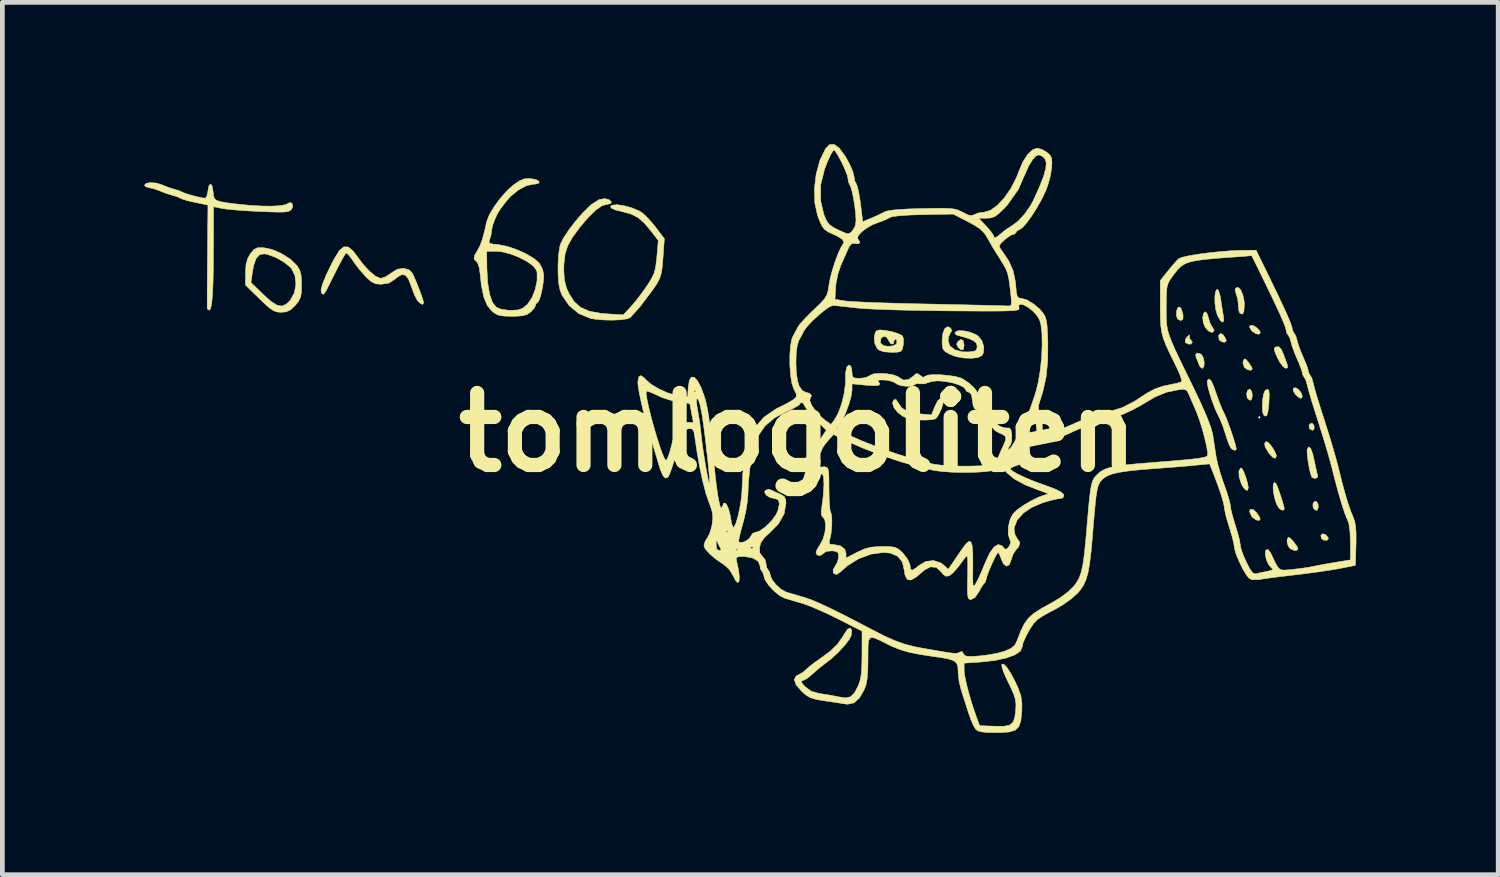
<source format=kicad_pcb>
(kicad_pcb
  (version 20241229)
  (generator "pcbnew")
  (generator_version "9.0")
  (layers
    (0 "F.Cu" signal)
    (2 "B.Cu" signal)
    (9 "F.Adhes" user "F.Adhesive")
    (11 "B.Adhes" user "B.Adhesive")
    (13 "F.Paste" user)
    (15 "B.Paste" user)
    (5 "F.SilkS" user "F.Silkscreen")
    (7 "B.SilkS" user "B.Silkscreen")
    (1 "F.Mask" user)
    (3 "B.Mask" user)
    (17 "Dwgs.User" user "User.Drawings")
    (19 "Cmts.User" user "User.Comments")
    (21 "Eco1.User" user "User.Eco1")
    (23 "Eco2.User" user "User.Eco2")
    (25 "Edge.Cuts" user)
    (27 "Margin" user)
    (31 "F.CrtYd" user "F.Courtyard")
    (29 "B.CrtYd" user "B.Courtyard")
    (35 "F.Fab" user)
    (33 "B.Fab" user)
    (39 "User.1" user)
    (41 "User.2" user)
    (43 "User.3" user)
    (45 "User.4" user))
  (footprint "tomlogoliten"
    (layer "F.Cu")
    (at 13.827 6.095)
    (property "Reference" "tomlogoliten" (at 0 0 0) (layer "F.SilkS") (effects (font (size 1.524 1.524) (thickness 0.3))))
    (attr through_hole)
    (fp_poly (pts (xy 9.779 -0.318) (xy 9.758 -0.296) (xy 9.737 -0.318) (xy 9.758 -0.339) (xy 9.779 -0.318)) (stroke (width 0.01) (type solid)) (fill yes) (layer "F.SilkS"))
    (fp_poly (pts (xy 3.497 -1.935) (xy 3.514 -1.839) (xy 3.496 -1.753) (xy 3.447 -1.745) (xy 3.387 -1.799) (xy 3.355 -1.867) (xy 3.386 -1.926) (xy 3.451 -1.969) (xy 3.497 -1.935)) (stroke (width 0.01) (type solid)) (fill yes) (layer "F.SilkS"))
    (fp_poly (pts (xy 10.883 -0.189) (xy 10.917 -0.136) (xy 10.916 -0.073) (xy 10.882 -0.042) (xy 10.825 -0.073) (xy 10.816 -0.085) (xy 10.808 -0.147) (xy 10.841 -0.191) (xy 10.883 -0.189)) (stroke (width 0.01) (type solid)) (fill yes) (layer "F.SilkS"))
    (fp_poly (pts (xy 10.967 1.462) (xy 11 1.516) (xy 11.004 1.591) (xy 10.98 1.645) (xy 10.963 1.651) (xy 10.911 1.617) (xy 10.896 1.59) (xy 10.89 1.513) (xy 10.922 1.461) (xy 10.967 1.462)) (stroke (width 0.01) (type solid)) (fill yes) (layer "F.SilkS"))
    (fp_poly (pts (xy 11.159 2.162) (xy 11.21 2.222) (xy 11.218 2.249) (xy 11.187 2.282) (xy 11.124 2.28) (xy 11.071 2.244) (xy 11.07 2.244) (xy 11.059 2.175) (xy 11.1 2.142) (xy 11.159 2.162)) (stroke (width 0.01) (type solid)) (fill yes) (layer "F.SilkS"))
    (fp_poly (pts (xy 8.985 -2.071) (xy 9.002 -2.051) (xy 9.048 -1.976) (xy 9.059 -1.939) (xy 9.03 -1.907) (xy 8.969 -1.913) (xy 8.915 -1.95) (xy 8.906 -1.966) (xy 8.897 -2.05) (xy 8.93 -2.091) (xy 8.985 -2.071)) (stroke (width 0.01) (type solid)) (fill yes) (layer "F.SilkS"))
    (fp_poly (pts (xy 9.567 -0.91) (xy 9.599 -0.856) (xy 9.609 -0.773) (xy 9.595 -0.701) (xy 9.566 -0.677) (xy 9.514 -0.711) (xy 9.498 -0.741) (xy 9.489 -0.823) (xy 9.511 -0.891) (xy 9.554 -0.916) (xy 9.567 -0.91)) (stroke (width 0.01) (type solid)) (fill yes) (layer "F.SilkS"))
    (fp_poly (pts (xy 9.627 -2.26) (xy 9.705 -2.213) (xy 9.765 -2.149) (xy 9.779 -2.11) (xy 9.751 -2.075) (xy 9.684 -2.087) (xy 9.607 -2.14) (xy 9.592 -2.155) (xy 9.548 -2.227) (xy 9.567 -2.265) (xy 9.627 -2.26)) (stroke (width 0.01) (type solid)) (fill yes) (layer "F.SilkS"))
    (fp_poly (pts (xy 10.588 -0.906) (xy 10.647 -0.83) (xy 10.668 -0.759) (xy 10.643 -0.721) (xy 10.632 -0.72) (xy 10.58 -0.748) (xy 10.522 -0.802) (xy 10.473 -0.883) (xy 10.48 -0.937) (xy 10.53 -0.944) (xy 10.588 -0.906)) (stroke (width 0.01) (type solid)) (fill yes) (layer "F.SilkS"))
    (fp_poly (pts (xy 8.111 -2.604) (xy 8.144 -2.488) (xy 8.144 -2.487) (xy 8.143 -2.397) (xy 8.098 -2.363) (xy 8.029 -2.399) (xy 8.004 -2.467) (xy 8.005 -2.561) (xy 8.03 -2.634) (xy 8.04 -2.644) (xy 8.08 -2.651) (xy 8.111 -2.604)) (stroke (width 0.01) (type solid)) (fill yes) (layer "F.SilkS"))
    (fp_poly (pts (xy 9.628 1.631) (xy 9.696 1.693) (xy 9.753 1.777) (xy 9.778 1.83) (xy 9.778 1.831) (xy 9.752 1.864) (xy 9.69 1.852) (xy 9.62 1.802) (xy 9.591 1.769) (xy 9.55 1.675) (xy 9.569 1.624) (xy 9.628 1.631)) (stroke (width 0.01) (type solid)) (fill yes) (layer "F.SilkS"))
    (fp_poly (pts (xy 10.418 2.241) (xy 10.478 2.309) (xy 10.556 2.414) (xy 10.576 2.473) (xy 10.537 2.496) (xy 10.5 2.498) (xy 10.416 2.463) (xy 10.37 2.41) (xy 10.343 2.312) (xy 10.349 2.253) (xy 10.375 2.218) (xy 10.418 2.241)) (stroke (width 0.01) (type solid)) (fill yes) (layer "F.SilkS"))
    (fp_poly (pts (xy 8.281 -2.046) (xy 8.282 -1.984) (xy 8.297 -1.969) (xy 8.338 -1.915) (xy 8.34 -1.903) (xy 8.309 -1.867) (xy 8.245 -1.869) (xy 8.19 -1.907) (xy 8.189 -1.909) (xy 8.194 -1.97) (xy 8.235 -2.025) (xy 8.28 -2.061) (xy 8.281 -2.046)) (stroke (width 0.01) (type solid)) (fill yes) (layer "F.SilkS"))
    (fp_poly (pts (xy 9.478 -1.54) (xy 9.527 -1.481) (xy 9.584 -1.398) (xy 9.609 -1.345) (xy 9.609 -1.344) (xy 9.581 -1.313) (xy 9.516 -1.323) (xy 9.449 -1.366) (xy 9.441 -1.375) (xy 9.41 -1.464) (xy 9.417 -1.513) (xy 9.443 -1.556) (xy 9.478 -1.54)) (stroke (width 0.01) (type solid)) (fill yes) (layer "F.SilkS"))
    (fp_poly (pts (xy 9.944 0.21) (xy 10.004 0.278) (xy 10.065 0.369) (xy 10.108 0.458) (xy 10.118 0.502) (xy 10.097 0.548) (xy 10.042 0.528) (xy 9.966 0.448) (xy 9.951 0.427) (xy 9.88 0.308) (xy 9.87 0.231) (xy 9.902 0.193) (xy 9.944 0.21)) (stroke (width 0.01) (type solid)) (fill yes) (layer "F.SilkS"))
    (fp_poly (pts (xy 8.528 -1.653) (xy 8.532 -1.649) (xy 8.572 -1.583) (xy 8.591 -1.49) (xy 8.588 -1.403) (xy 8.559 -1.356) (xy 8.55 -1.355) (xy 8.502 -1.389) (xy 8.483 -1.429) (xy 8.443 -1.533) (xy 8.422 -1.575) (xy 8.41 -1.65) (xy 8.453 -1.681) (xy 8.528 -1.653)) (stroke (width 0.01) (type solid)) (fill yes) (layer "F.SilkS"))
    (fp_poly (pts (xy 9.402 0.781) (xy 9.442 0.867) (xy 9.483 0.981) (xy 9.513 1.095) (xy 9.524 1.175) (xy 9.507 1.227) (xy 9.464 1.215) (xy 9.409 1.148) (xy 9.372 1.075) (xy 9.33 0.936) (xy 9.325 0.823) (xy 9.357 0.757) (xy 9.372 0.75) (xy 9.402 0.781)) (stroke (width 0.01) (type solid)) (fill yes) (layer "F.SilkS"))
    (fp_poly (pts (xy 10.224 -1.754) (xy 10.277 -1.63) (xy 10.318 -1.514) (xy 10.351 -1.429) (xy 10.355 -1.368) (xy 10.314 -1.355) (xy 10.259 -1.391) (xy 10.189 -1.487) (xy 10.145 -1.569) (xy 10.089 -1.695) (xy 10.072 -1.766) (xy 10.09 -1.801) (xy 10.104 -1.808) (xy 10.17 -1.811) (xy 10.224 -1.754)) (stroke (width 0.01) (type solid)) (fill yes) (layer "F.SilkS"))
    (fp_poly (pts (xy 8.648 -2.522) (xy 8.679 -2.436) (xy 8.683 -2.42) (xy 8.716 -2.309) (xy 8.756 -2.233) (xy 8.758 -2.231) (xy 8.803 -2.161) (xy 8.776 -2.121) (xy 8.743 -2.117) (xy 8.676 -2.149) (xy 8.613 -2.22) (xy 8.572 -2.32) (xy 8.56 -2.43) (xy 8.578 -2.518) (xy 8.613 -2.552) (xy 8.648 -2.522)) (stroke (width 0.01) (type solid)) (fill yes) (layer "F.SilkS"))
    (fp_poly (pts (xy 9.959 -0.889) (xy 9.968 -0.801) (xy 9.961 -0.642) (xy 9.959 -0.603) (xy 9.941 -0.444) (xy 9.918 -0.36) (xy 9.884 -0.342) (xy 9.85 -0.367) (xy 9.826 -0.435) (xy 9.819 -0.553) (xy 9.827 -0.689) (xy 9.847 -0.81) (xy 9.877 -0.882) (xy 9.881 -0.886) (xy 9.931 -0.914) (xy 9.959 -0.889)) (stroke (width 0.01) (type solid)) (fill yes) (layer "F.SilkS"))
    (fp_poly (pts (xy 9.366 -3.009) (xy 9.41 -2.905) (xy 9.437 -2.772) (xy 9.44 -2.7) (xy 9.431 -2.56) (xy 9.401 -2.5) (xy 9.35 -2.518) (xy 9.342 -2.526) (xy 9.322 -2.584) (xy 9.313 -2.687) (xy 9.313 -2.698) (xy 9.3 -2.825) (xy 9.267 -2.928) (xy 9.244 -3.021) (xy 9.262 -3.056) (xy 9.314 -3.066) (xy 9.366 -3.009)) (stroke (width 0.01) (type solid)) (fill yes) (layer "F.SilkS"))
    (fp_poly (pts (xy 10.106 1.075) (xy 10.131 1.126) (xy 10.171 1.231) (xy 10.215 1.361) (xy 10.255 1.489) (xy 10.281 1.587) (xy 10.286 1.619) (xy 10.261 1.65) (xy 10.205 1.631) (xy 10.17 1.598) (xy 10.122 1.515) (xy 10.085 1.403) (xy 10.059 1.282) (xy 10.048 1.171) (xy 10.053 1.091) (xy 10.078 1.059) (xy 10.106 1.075)) (stroke (width 0.01) (type solid)) (fill yes) (layer "F.SilkS"))
    (fp_poly (pts (xy 8.898 -2.989) (xy 8.927 -2.892) (xy 8.941 -2.815) (xy 8.964 -2.658) (xy 8.989 -2.511) (xy 8.998 -2.466) (xy 9.007 -2.363) (xy 8.981 -2.329) (xy 8.934 -2.365) (xy 8.876 -2.467) (xy 8.867 -2.486) (xy 8.835 -2.602) (xy 8.818 -2.739) (xy 8.817 -2.872) (xy 8.831 -2.976) (xy 8.862 -3.026) (xy 8.869 -3.027) (xy 8.898 -2.989)) (stroke (width 0.01) (type solid)) (fill yes) (layer "F.SilkS"))
    (fp_poly (pts (xy 10.846 0.342) (xy 10.887 0.457) (xy 10.919 0.596) (xy 10.95 0.743) (xy 10.977 0.86) (xy 10.993 0.914) (xy 10.981 0.96) (xy 10.927 0.975) (xy 10.873 0.952) (xy 10.866 0.942) (xy 10.839 0.866) (xy 10.811 0.742) (xy 10.786 0.598) (xy 10.77 0.465) (xy 10.767 0.373) (xy 10.77 0.355) (xy 10.806 0.307) (xy 10.846 0.342)) (stroke (width 0.01) (type solid)) (fill yes) (layer "F.SilkS"))
    (fp_poly (pts (xy 3.067 -0.68) (xy 3.068 -0.679) (xy 3.069 -0.615) (xy 3.038 -0.511) (xy 2.989 -0.4) (xy 2.935 -0.313) (xy 2.909 -0.288) (xy 2.836 -0.27) (xy 2.711 -0.261) (xy 2.564 -0.262) (xy 2.425 -0.272) (xy 2.349 -0.285) (xy 2.216 -0.341) (xy 2.104 -0.428) (xy 2.027 -0.528) (xy 1.999 -0.624) (xy 2.026 -0.688) (xy 2.072 -0.697) (xy 2.118 -0.629) (xy 2.196 -0.516) (xy 2.321 -0.443) (xy 2.506 -0.401) (xy 2.582 -0.392) (xy 2.823 -0.37) (xy 2.893 -0.545) (xy 2.957 -0.673) (xy 3.015 -0.718) (xy 3.067 -0.68)) (stroke (width 0.01) (type solid)) (fill yes) (layer "F.SilkS"))
    (fp_poly (pts (xy 8.736 -1.095) (xy 8.787 -0.99) (xy 8.849 -0.814) (xy 8.907 -0.649) (xy 8.968 -0.498) (xy 9.015 -0.401) (xy 9.054 -0.315) (xy 9.106 -0.18) (xy 9.162 -0.022) (xy 9.214 0.136) (xy 9.253 0.268) (xy 9.271 0.349) (xy 9.271 0.356) (xy 9.244 0.381) (xy 9.187 0.36) (xy 9.153 0.328) (xy 9.119 0.261) (xy 9.074 0.141) (xy 9.038 0.026) (xy 8.985 -0.134) (xy 8.926 -0.282) (xy 8.89 -0.355) (xy 8.832 -0.474) (xy 8.773 -0.626) (xy 8.719 -0.787) (xy 8.677 -0.935) (xy 8.655 -1.048) (xy 8.657 -1.1) (xy 8.694 -1.13) (xy 8.736 -1.095)) (stroke (width 0.01) (type solid)) (fill yes) (layer "F.SilkS"))
    (fp_poly (pts (xy 1.852 -2.157) (xy 1.99 -2.129) (xy 2.117 -2.09) (xy 2.205 -2.045) (xy 2.213 -2.037) (xy 2.233 -1.971) (xy 2.229 -1.863) (xy 2.226 -1.845) (xy 2.206 -1.757) (xy 2.172 -1.712) (xy 2.101 -1.696) (xy 1.973 -1.693) (xy 1.812 -1.705) (xy 1.712 -1.742) (xy 1.679 -1.771) (xy 1.627 -1.872) (xy 1.622 -1.912) (xy 1.744 -1.912) (xy 1.752 -1.882) (xy 1.808 -1.837) (xy 1.906 -1.82) (xy 2.01 -1.831) (xy 2.081 -1.868) (xy 2.089 -1.882) (xy 2.089 -1.951) (xy 2.072 -1.97) (xy 2.038 -1.959) (xy 2.032 -1.929) (xy 2.01 -1.87) (xy 1.964 -1.873) (xy 1.922 -1.933) (xy 1.917 -1.947) (xy 1.87 -2.018) (xy 1.801 -2.027) (xy 1.756 -1.988) (xy 1.744 -1.912) (xy 1.622 -1.912) (xy 1.611 -1.998) (xy 1.633 -2.109) (xy 1.664 -2.152) (xy 1.733 -2.167) (xy 1.852 -2.157)) (stroke (width 0.01) (type solid)) (fill yes) (layer "F.SilkS"))
    (fp_poly (pts (xy 3.228 -2.208) (xy 3.254 -2.15) (xy 3.226 -2.108) (xy 3.188 -2.03) (xy 3.175 -1.94) (xy 3.213 -1.829) (xy 3.318 -1.747) (xy 3.475 -1.704) (xy 3.611 -1.702) (xy 3.724 -1.716) (xy 3.776 -1.746) (xy 3.789 -1.809) (xy 3.789 -1.82) (xy 3.776 -1.881) (xy 3.727 -1.93) (xy 3.63 -1.977) (xy 3.47 -2.027) (xy 3.352 -2.059) (xy 3.319 -2.099) (xy 3.326 -2.121) (xy 3.388 -2.15) (xy 3.499 -2.149) (xy 3.63 -2.122) (xy 3.753 -2.074) (xy 3.806 -2.041) (xy 3.89 -1.939) (xy 3.931 -1.808) (xy 3.922 -1.683) (xy 3.892 -1.627) (xy 3.811 -1.585) (xy 3.675 -1.567) (xy 3.512 -1.573) (xy 3.348 -1.602) (xy 3.209 -1.653) (xy 3.207 -1.654) (xy 3.111 -1.711) (xy 3.064 -1.77) (xy 3.049 -1.864) (xy 3.048 -1.943) (xy 3.064 -2.094) (xy 3.105 -2.196) (xy 3.163 -2.237) (xy 3.228 -2.208)) (stroke (width 0.01) (type solid)) (fill yes) (layer "F.SilkS"))
    (fp_poly (pts (xy -11.31 -3.908) (xy -11.125 -3.87) (xy -10.923 -3.782) (xy -10.736 -3.663) (xy -10.599 -3.532) (xy -10.541 -3.439) (xy -10.51 -3.333) (xy -10.499 -3.184) (xy -10.499 -3.12) (xy -10.503 -2.961) (xy -10.522 -2.855) (xy -10.565 -2.77) (xy -10.63 -2.69) (xy -10.73 -2.592) (xy -10.825 -2.549) (xy -10.929 -2.54) (xy -11.014 -2.546) (xy -11.09 -2.572) (xy -11.174 -2.628) (xy -11.286 -2.727) (xy -11.39 -2.827) (xy -11.684 -3.115) (xy -11.684 -3.17) (xy -11.569 -3.17) (xy -11.311 -2.918) (xy -11.146 -2.771) (xy -11.018 -2.69) (xy -10.913 -2.672) (xy -10.818 -2.715) (xy -10.735 -2.797) (xy -10.651 -2.952) (xy -10.619 -3.136) (xy -10.639 -3.317) (xy -10.713 -3.467) (xy -10.726 -3.483) (xy -10.866 -3.599) (xy -11.044 -3.699) (xy -11.221 -3.764) (xy -11.284 -3.776) (xy -11.384 -3.76) (xy -11.458 -3.682) (xy -11.512 -3.534) (xy -11.542 -3.367) (xy -11.569 -3.17) (xy -11.684 -3.17) (xy -11.684 -3.371) (xy -11.674 -3.548) (xy -11.639 -3.678) (xy -11.586 -3.772) (xy -11.511 -3.865) (xy -11.434 -3.904) (xy -11.315 -3.908) (xy -11.31 -3.908)) (stroke (width 0.01) (type solid)) (fill yes) (layer "F.SilkS"))
    (fp_poly (pts (xy -9.513 -3.922) (xy -9.411 -3.839) (xy -9.322 -3.721) (xy -9.193 -3.549) (xy -9.058 -3.405) (xy -8.934 -3.304) (xy -8.835 -3.26) (xy -8.823 -3.26) (xy -8.727 -3.288) (xy -8.621 -3.356) (xy -8.611 -3.365) (xy -8.478 -3.449) (xy -8.34 -3.472) (xy -8.22 -3.435) (xy -8.162 -3.376) (xy -8.122 -3.298) (xy -8.069 -3.173) (xy -8.012 -3.028) (xy -7.961 -2.889) (xy -7.926 -2.782) (xy -7.916 -2.737) (xy -7.94 -2.707) (xy -7.993 -2.731) (xy -8.054 -2.797) (xy -8.059 -2.805) (xy -8.111 -2.908) (xy -8.162 -3.042) (xy -8.171 -3.069) (xy -8.235 -3.237) (xy -8.301 -3.325) (xy -8.381 -3.337) (xy -8.482 -3.277) (xy -8.526 -3.239) (xy -8.654 -3.157) (xy -8.814 -3.133) (xy -8.927 -3.142) (xy -9.018 -3.183) (xy -9.118 -3.27) (xy -9.152 -3.306) (xy -9.27 -3.44) (xy -9.381 -3.584) (xy -9.422 -3.646) (xy -9.491 -3.74) (xy -9.544 -3.791) (xy -9.56 -3.794) (xy -9.59 -3.75) (xy -9.649 -3.646) (xy -9.727 -3.499) (xy -9.798 -3.358) (xy -9.895 -3.164) (xy -9.96 -3.035) (xy -10.003 -2.959) (xy -10.03 -2.925) (xy -10.049 -2.922) (xy -10.069 -2.94) (xy -10.08 -2.951) (xy -10.088 -3.017) (xy -10.052 -3.147) (xy -9.974 -3.337) (xy -9.855 -3.581) (xy -9.801 -3.683) (xy -9.7 -3.845) (xy -9.606 -3.924) (xy -9.513 -3.922)) (stroke (width 0.01) (type solid)) (fill yes) (layer "F.SilkS"))
    (fp_poly (pts (xy -13.578 -5.274) (xy -13.461 -5.241) (xy -13.448 -5.235) (xy -13.313 -5.18) (xy -13.187 -5.141) (xy -13.083 -5.11) (xy -13.018 -5.08) (xy -12.954 -5.054) (xy -12.841 -5.019) (xy -12.71 -4.985) (xy -12.595 -4.96) (xy -12.536 -4.953) (xy -12.505 -4.99) (xy -12.482 -5.082) (xy -12.48 -5.102) (xy -12.457 -5.219) (xy -12.424 -5.256) (xy -12.391 -5.213) (xy -12.37 -5.093) (xy -12.361 -5.006) (xy -12.342 -4.947) (xy -12.297 -4.907) (xy -12.212 -4.879) (xy -12.072 -4.855) (xy -11.863 -4.829) (xy -11.854 -4.828) (xy -11.595 -4.802) (xy -11.348 -4.788) (xy -11.129 -4.785) (xy -10.954 -4.795) (xy -10.838 -4.816) (xy -10.803 -4.834) (xy -10.739 -4.864) (xy -10.694 -4.833) (xy -10.687 -4.768) (xy -10.714 -4.716) (xy -10.746 -4.688) (xy -10.795 -4.67) (xy -10.877 -4.66) (xy -11.005 -4.659) (xy -11.192 -4.664) (xy -11.387 -4.672) (xy -11.624 -4.684) (xy -11.845 -4.7) (xy -12.031 -4.716) (xy -12.159 -4.732) (xy -12.181 -4.736) (xy -12.361 -4.772) (xy -12.362 -3.9) (xy -12.364 -3.484) (xy -12.372 -3.151) (xy -12.384 -2.896) (xy -12.402 -2.719) (xy -12.424 -2.615) (xy -12.452 -2.582) (xy -12.493 -2.611) (xy -12.494 -2.614) (xy -12.495 -2.663) (xy -12.495 -2.786) (xy -12.495 -2.969) (xy -12.493 -3.203) (xy -12.491 -3.474) (xy -12.489 -3.727) (xy -12.479 -4.807) (xy -12.748 -4.863) (xy -12.894 -4.896) (xy -13.008 -4.929) (xy -13.06 -4.951) (xy -13.129 -4.984) (xy -13.229 -5.014) (xy -13.365 -5.055) (xy -13.483 -5.102) (xy -13.608 -5.148) (xy -13.716 -5.173) (xy -13.796 -5.197) (xy -13.822 -5.228) (xy -13.786 -5.267) (xy -13.695 -5.283) (xy -13.578 -5.274)) (stroke (width 0.01) (type solid)) (fill yes) (layer "F.SilkS"))
    (fp_poly (pts (xy -4.079 -4.945) (xy -3.99 -4.918) (xy -3.947 -4.876) (xy -3.961 -4.839) (xy -4.022 -4.826) (xy -4.14 -4.796) (xy -4.278 -4.702) (xy -4.443 -4.539) (xy -4.617 -4.333) (xy -4.769 -4.126) (xy -4.869 -3.948) (xy -4.926 -3.77) (xy -4.95 -3.565) (xy -4.953 -3.43) (xy -4.941 -3.227) (xy -4.898 -3.06) (xy -4.843 -2.938) (xy -4.733 -2.764) (xy -4.595 -2.643) (xy -4.415 -2.564) (xy -4.176 -2.519) (xy -4.045 -2.508) (xy -3.694 -2.486) (xy -3.54 -2.651) (xy -3.437 -2.771) (xy -3.315 -2.929) (xy -3.2 -3.09) (xy -3.2 -3.09) (xy -3.105 -3.239) (xy -3.046 -3.36) (xy -3.012 -3.485) (xy -2.991 -3.651) (xy -2.985 -3.712) (xy -2.955 -4.058) (xy -3.104 -4.254) (xy -3.25 -4.428) (xy -3.384 -4.544) (xy -3.53 -4.617) (xy -3.689 -4.661) (xy -3.859 -4.704) (xy -3.951 -4.745) (xy -3.963 -4.784) (xy -3.925 -4.807) (xy -3.823 -4.816) (xy -3.676 -4.794) (xy -3.514 -4.749) (xy -3.369 -4.69) (xy -3.298 -4.647) (xy -3.205 -4.563) (xy -3.09 -4.438) (xy -2.998 -4.324) (xy -2.826 -4.096) (xy -2.855 -3.692) (xy -2.871 -3.498) (xy -2.892 -3.362) (xy -2.926 -3.256) (xy -2.98 -3.152) (xy -3.06 -3.031) (xy -3.338 -2.661) (xy -3.548 -2.428) (xy -3.618 -2.401) (xy -3.748 -2.382) (xy -3.916 -2.374) (xy -4.097 -2.377) (xy -4.268 -2.391) (xy -4.388 -2.411) (xy -4.633 -2.511) (xy -4.838 -2.679) (xy -4.989 -2.9) (xy -5.03 -3.001) (xy -5.06 -3.144) (xy -5.074 -3.339) (xy -5.075 -3.556) (xy -5.062 -3.765) (xy -5.036 -3.935) (xy -5.021 -3.987) (xy -4.954 -4.12) (xy -4.842 -4.288) (xy -4.702 -4.47) (xy -4.552 -4.643) (xy -4.409 -4.785) (xy -4.359 -4.827) (xy -4.207 -4.923) (xy -4.081 -4.946) (xy -4.079 -4.945)) (stroke (width 0.01) (type solid)) (fill yes) (layer "F.SilkS"))
    (fp_poly (pts (xy -5.657 -5.368) (xy -5.538 -5.346) (xy -5.476 -5.31) (xy -5.477 -5.275) (xy -5.548 -5.252) (xy -5.599 -5.249) (xy -5.747 -5.216) (xy -5.914 -5.126) (xy -6.075 -4.995) (xy -6.174 -4.883) (xy -6.244 -4.79) (xy -6.295 -4.724) (xy -6.298 -4.72) (xy -6.357 -4.623) (xy -6.417 -4.492) (xy -6.462 -4.364) (xy -6.477 -4.283) (xy -6.492 -4.175) (xy -6.516 -4.093) (xy -6.534 -4.032) (xy -6.517 -3.999) (xy -6.448 -3.982) (xy -6.336 -3.971) (xy -6.155 -3.936) (xy -5.952 -3.868) (xy -5.753 -3.778) (xy -5.583 -3.678) (xy -5.47 -3.579) (xy -5.468 -3.576) (xy -5.4 -3.445) (xy -5.376 -3.32) (xy -5.385 -3.187) (xy -5.408 -3.04) (xy -5.439 -2.903) (xy -5.472 -2.799) (xy -5.504 -2.752) (xy -5.507 -2.752) (xy -5.542 -2.718) (xy -5.546 -2.696) (xy -5.575 -2.632) (xy -5.647 -2.552) (xy -5.652 -2.548) (xy -5.728 -2.496) (xy -5.823 -2.467) (xy -5.963 -2.456) (xy -6.051 -2.455) (xy -6.217 -2.46) (xy -6.329 -2.478) (xy -6.413 -2.518) (xy -6.471 -2.562) (xy -6.572 -2.685) (xy -6.646 -2.866) (xy -6.697 -3.115) (xy -6.719 -3.323) (xy -6.741 -3.484) (xy -6.776 -3.586) (xy -6.799 -3.611) (xy -6.85 -3.664) (xy -6.842 -3.741) (xy -6.789 -3.831) (xy -6.583 -3.831) (xy -6.579 -3.471) (xy -6.563 -3.167) (xy -6.522 -2.923) (xy -6.46 -2.746) (xy -6.379 -2.646) (xy -6.277 -2.606) (xy -6.129 -2.584) (xy -6.069 -2.582) (xy -5.924 -2.59) (xy -5.826 -2.623) (xy -5.736 -2.696) (xy -5.721 -2.71) (xy -5.628 -2.844) (xy -5.558 -3.021) (xy -5.518 -3.21) (xy -5.518 -3.377) (xy -5.53 -3.428) (xy -5.596 -3.516) (xy -5.724 -3.61) (xy -5.891 -3.699) (xy -6.076 -3.772) (xy -6.257 -3.818) (xy -6.371 -3.83) (xy -6.583 -3.831) (xy -6.789 -3.831) (xy -6.78 -3.846) (xy -6.724 -3.949) (xy -6.671 -4.098) (xy -6.617 -4.308) (xy -6.583 -4.461) (xy -6.529 -4.6) (xy -6.429 -4.77) (xy -6.297 -4.948) (xy -6.153 -5.112) (xy -6.023 -5.229) (xy -5.892 -5.319) (xy -5.788 -5.362) (xy -5.677 -5.369) (xy -5.657 -5.368)) (stroke (width 0.01) (type solid)) (fill yes) (layer "F.SilkS"))
    (fp_poly (pts (xy 0.876 -6.009) (xy 0.996 -5.845) (xy 1.024 -5.8) (xy 1.103 -5.65) (xy 1.16 -5.515) (xy 1.184 -5.421) (xy 1.185 -5.417) (xy 1.201 -5.317) (xy 1.23 -5.264) (xy 1.254 -5.205) (xy 1.283 -5.082) (xy 1.311 -4.92) (xy 1.322 -4.838) (xy 1.37 -4.457) (xy 1.564 -4.537) (xy 1.697 -4.596) (xy 1.809 -4.651) (xy 1.841 -4.669) (xy 1.923 -4.692) (xy 2.082 -4.71) (xy 2.313 -4.725) (xy 2.609 -4.734) (xy 2.621 -4.734) (xy 2.881 -4.739) (xy 3.072 -4.74) (xy 3.209 -4.735) (xy 3.307 -4.724) (xy 3.381 -4.704) (xy 3.446 -4.675) (xy 3.485 -4.654) (xy 3.602 -4.597) (xy 3.679 -4.587) (xy 3.731 -4.608) (xy 3.831 -4.644) (xy 3.933 -4.657) (xy 4.067 -4.695) (xy 4.214 -4.8) (xy 4.363 -4.959) (xy 4.501 -5.157) (xy 4.617 -5.381) (xy 4.671 -5.52) (xy 4.754 -5.716) (xy 4.855 -5.874) (xy 4.961 -5.977) (xy 5.055 -6.011) (xy 5.156 -5.986) (xy 5.265 -5.923) (xy 5.268 -5.921) (xy 5.334 -5.861) (xy 5.365 -5.796) (xy 5.372 -5.698) (xy 5.365 -5.593) (xy 5.337 -5.417) (xy 5.282 -5.221) (xy 5.239 -5.106) (xy 5.15 -4.922) (xy 5.044 -4.736) (xy 4.933 -4.562) (xy 4.828 -4.42) (xy 4.74 -4.325) (xy 4.695 -4.296) (xy 4.629 -4.258) (xy 4.614 -4.23) (xy 4.581 -4.194) (xy 4.558 -4.191) (xy 4.494 -4.165) (xy 4.401 -4.099) (xy 4.367 -4.07) (xy 4.285 -3.992) (xy 4.258 -3.941) (xy 4.28 -3.888) (xy 4.309 -3.848) (xy 4.461 -3.622) (xy 4.553 -3.41) (xy 4.599 -3.183) (xy 4.605 -3.122) (xy 4.618 -2.97) (xy 4.636 -2.884) (xy 4.666 -2.846) (xy 4.714 -2.836) (xy 4.72 -2.836) (xy 4.836 -2.805) (xy 4.975 -2.723) (xy 5.11 -2.61) (xy 5.182 -2.526) (xy 5.222 -2.462) (xy 5.249 -2.382) (xy 5.267 -2.268) (xy 5.278 -2.103) (xy 5.285 -1.915) (xy 5.282 -1.513) (xy 5.247 -1.166) (xy 5.175 -0.849) (xy 5.13 -0.709) (xy 5.09 -0.576) (xy 5.086 -0.489) (xy 5.112 -0.424) (xy 5.147 -0.327) (xy 5.164 -0.196) (xy 5.165 -0.17) (xy 5.169 -0.061) (xy 5.197 -0.013) (xy 5.266 -0.000348) (xy 5.302 0) (xy 5.412 -0.018) (xy 5.561 -0.066) (xy 5.693 -0.122) (xy 5.937 -0.229) (xy 6.198 -0.327) (xy 6.442 -0.405) (xy 6.604 -0.445) (xy 6.857 -0.524) (xy 7.11 -0.653) (xy 7.175 -0.695) (xy 7.382 -0.831) (xy 7.554 -0.922) (xy 7.721 -0.979) (xy 7.885 -1.013) (xy 8.01 -1.038) (xy 8.096 -1.064) (xy 8.116 -1.074) (xy 8.111 -1.123) (xy 8.075 -1.226) (xy 8.013 -1.365) (xy 7.992 -1.409) (xy 7.873 -1.65) (xy 7.786 -1.837) (xy 7.727 -1.988) (xy 7.691 -2.125) (xy 7.672 -2.268) (xy 7.664 -2.437) (xy 7.663 -2.499) (xy 7.789 -2.499) (xy 7.791 -2.379) (xy 7.799 -2.274) (xy 7.817 -2.172) (xy 7.848 -2.062) (xy 7.897 -1.933) (xy 7.966 -1.773) (xy 8.061 -1.571) (xy 8.184 -1.317) (xy 8.34 -0.998) (xy 8.352 -0.974) (xy 8.52 -0.62) (xy 8.646 -0.332) (xy 8.731 -0.111) (xy 8.772 0.04) (xy 8.772 0.042) (xy 8.801 0.231) (xy 8.832 0.435) (xy 8.843 0.508) (xy 8.875 0.659) (xy 8.929 0.853) (xy 8.994 1.052) (xy 9.011 1.098) (xy 9.071 1.269) (xy 9.117 1.419) (xy 9.142 1.524) (xy 9.144 1.548) (xy 9.157 1.631) (xy 9.191 1.767) (xy 9.239 1.931) (xy 9.25 1.964) (xy 9.3 2.13) (xy 9.338 2.276) (xy 9.355 2.374) (xy 9.356 2.386) (xy 9.374 2.472) (xy 9.421 2.605) (xy 9.484 2.747) (xy 9.56 2.892) (xy 9.619 2.97) (xy 9.669 2.992) (xy 9.685 2.989) (xy 9.774 2.968) (xy 9.899 2.943) (xy 9.922 2.939) (xy 10.021 2.915) (xy 10.043 2.891) (xy 10.021 2.873) (xy 9.958 2.805) (xy 9.909 2.699) (xy 9.883 2.586) (xy 9.89 2.501) (xy 9.9 2.486) (xy 9.943 2.478) (xy 9.993 2.543) (xy 10.015 2.585) (xy 10.09 2.747) (xy 10.145 2.846) (xy 10.197 2.898) (xy 10.266 2.913) (xy 10.369 2.907) (xy 10.456 2.898) (xy 10.628 2.878) (xy 10.788 2.855) (xy 10.88 2.837) (xy 10.995 2.814) (xy 11.16 2.783) (xy 11.341 2.753) (xy 11.356 2.75) (xy 11.684 2.697) (xy 11.684 2.333) (xy 11.675 2.104) (xy 11.651 1.933) (xy 11.624 1.854) (xy 11.569 1.723) (xy 11.501 1.519) (xy 11.423 1.253) (xy 11.339 0.935) (xy 11.301 0.783) (xy 11.253 0.601) (xy 11.186 0.366) (xy 11.107 0.104) (xy 11.025 -0.157) (xy 11.002 -0.229) (xy 10.929 -0.459) (xy 10.863 -0.67) (xy 10.811 -0.846) (xy 10.778 -0.968) (xy 10.77 -1.002) (xy 10.741 -1.105) (xy 10.708 -1.165) (xy 10.706 -1.167) (xy 10.671 -1.225) (xy 10.668 -1.25) (xy 10.651 -1.319) (xy 10.608 -1.435) (xy 10.561 -1.543) (xy 10.498 -1.694) (xy 10.448 -1.834) (xy 10.429 -1.905) (xy 10.4 -2.003) (xy 10.366 -2.057) (xy 10.332 -2.114) (xy 10.329 -2.139) (xy 10.315 -2.205) (xy 10.27 -2.324) (xy 10.193 -2.501) (xy 10.082 -2.741) (xy 9.934 -3.049) (xy 9.854 -3.213) (xy 9.597 -3.737) (xy 9.212 -3.708) (xy 8.887 -3.684) (xy 8.635 -3.661) (xy 8.444 -3.637) (xy 8.3 -3.608) (xy 8.192 -3.569) (xy 8.108 -3.517) (xy 8.035 -3.447) (xy 7.962 -3.356) (xy 7.91 -3.285) (xy 7.857 -3.209) (xy 7.823 -3.138) (xy 7.802 -3.054) (xy 7.793 -2.935) (xy 7.79 -2.762) (xy 7.789 -2.645) (xy 7.789 -2.499) (xy 7.663 -2.499) (xy 7.662 -2.653) (xy 7.662 -2.669) (xy 7.662 -3.21) (xy 7.825 -3.415) (xy 7.923 -3.534) (xy 8.01 -3.632) (xy 8.056 -3.676) (xy 8.127 -3.704) (xy 8.264 -3.735) (xy 8.451 -3.767) (xy 8.67 -3.796) (xy 8.902 -3.821) (xy 9.13 -3.84) (xy 9.337 -3.85) (xy 9.406 -3.851) (xy 9.69 -3.852) (xy 9.964 -3.291) (xy 10.129 -2.951) (xy 10.257 -2.68) (xy 10.351 -2.473) (xy 10.414 -2.324) (xy 10.448 -2.226) (xy 10.456 -2.181) (xy 10.479 -2.112) (xy 10.493 -2.099) (xy 10.527 -2.045) (xy 10.556 -1.948) (xy 10.588 -1.837) (xy 10.643 -1.69) (xy 10.688 -1.586) (xy 10.745 -1.451) (xy 10.784 -1.342) (xy 10.795 -1.292) (xy 10.818 -1.223) (xy 10.833 -1.209) (xy 10.865 -1.156) (xy 10.895 -1.055) (xy 10.897 -1.045) (xy 10.919 -0.956) (xy 10.962 -0.804) (xy 11.022 -0.608) (xy 11.092 -0.385) (xy 11.129 -0.272) (xy 11.21 -0.016) (xy 11.291 0.249) (xy 11.362 0.494) (xy 11.417 0.695) (xy 11.428 0.741) (xy 11.508 1.061) (xy 11.576 1.312) (xy 11.636 1.509) (xy 11.691 1.666) (xy 11.733 1.768) (xy 11.772 1.874) (xy 11.795 1.991) (xy 11.804 2.144) (xy 11.803 2.355) (xy 11.802 2.38) (xy 11.79 2.812) (xy 11.62 2.847) (xy 11.346 2.899) (xy 11.025 2.948) (xy 10.644 2.998) (xy 10.414 3.025) (xy 10.198 3.051) (xy 10 3.076) (xy 9.842 3.098) (xy 9.747 3.114) (xy 9.605 3.117) (xy 9.542 3.086) (xy 9.478 3.008) (xy 9.402 2.877) (xy 9.327 2.723) (xy 9.266 2.574) (xy 9.232 2.457) (xy 9.229 2.428) (xy 9.216 2.342) (xy 9.182 2.204) (xy 9.133 2.04) (xy 9.123 2.007) (xy 9.072 1.841) (xy 9.035 1.696) (xy 9.018 1.598) (xy 9.017 1.587) (xy 9 1.491) (xy 8.952 1.327) (xy 8.876 1.107) (xy 8.775 0.841) (xy 8.754 0.788) (xy 8.706 0.666) (xy 8.385 0.697) (xy 8.204 0.714) (xy 7.973 0.733) (xy 7.727 0.752) (xy 7.578 0.763) (xy 7.243 0.789) (xy 6.982 0.817) (xy 6.783 0.847) (xy 6.637 0.882) (xy 6.531 0.925) (xy 6.455 0.978) (xy 6.44 0.991) (xy 6.402 1.032) (xy 6.372 1.078) (xy 6.347 1.138) (xy 6.326 1.225) (xy 6.306 1.348) (xy 6.287 1.519) (xy 6.266 1.747) (xy 6.24 2.045) (xy 6.228 2.201) (xy 6.199 2.524) (xy 6.168 2.775) (xy 6.134 2.969) (xy 6.091 3.118) (xy 6.037 3.237) (xy 5.968 3.338) (xy 5.912 3.402) (xy 5.778 3.522) (xy 5.606 3.644) (xy 5.461 3.729) (xy 5.305 3.811) (xy 5.163 3.892) (xy 5.068 3.953) (xy 4.988 4.037) (xy 4.9 4.168) (xy 4.819 4.317) (xy 4.76 4.454) (xy 4.741 4.543) (xy 4.701 4.629) (xy 4.585 4.706) (xy 4.404 4.772) (xy 4.168 4.823) (xy 3.885 4.855) (xy 3.884 4.855) (xy 3.514 4.881) (xy 3.514 5.037) (xy 3.528 5.155) (xy 3.565 5.33) (xy 3.621 5.543) (xy 3.69 5.772) (xy 3.766 5.996) (xy 3.787 6.054) (xy 3.843 6.202) (xy 4.158 6.214) (xy 4.35 6.215) (xy 4.475 6.191) (xy 4.548 6.13) (xy 4.587 6.018) (xy 4.605 5.865) (xy 4.61 5.746) (xy 4.597 5.643) (xy 4.56 5.528) (xy 4.492 5.377) (xy 4.449 5.289) (xy 4.363 5.105) (xy 4.316 4.974) (xy 4.31 4.904) (xy 4.313 4.899) (xy 4.358 4.906) (xy 4.426 4.98) (xy 4.509 5.11) (xy 4.6 5.284) (xy 4.657 5.41) (xy 4.715 5.573) (xy 4.737 5.731) (xy 4.734 5.903) (xy 4.714 6.092) (xy 4.674 6.219) (xy 4.598 6.296) (xy 4.473 6.336) (xy 4.284 6.349) (xy 4.191 6.35) (xy 4.001 6.347) (xy 3.877 6.334) (xy 3.8 6.31) (xy 3.757 6.276) (xy 3.711 6.2) (xy 3.655 6.069) (xy 3.6 5.913) (xy 3.597 5.905) (xy 3.541 5.727) (xy 3.485 5.552) (xy 3.446 5.428) (xy 3.407 5.263) (xy 3.387 5.088) (xy 3.387 5.059) (xy 3.381 4.954) (xy 3.355 4.88) (xy 3.295 4.829) (xy 3.186 4.792) (xy 3.016 4.761) (xy 2.877 4.742) (xy 2.587 4.698) (xy 2.36 4.653) (xy 2.171 4.598) (xy 1.999 4.53) (xy 1.905 4.485) (xy 1.726 4.395) (xy 1.607 4.345) (xy 1.534 4.342) (xy 1.496 4.396) (xy 1.483 4.514) (xy 1.481 4.705) (xy 1.481 4.791) (xy 1.477 5.029) (xy 1.464 5.202) (xy 1.441 5.331) (xy 1.404 5.435) (xy 1.402 5.44) (xy 1.299 5.618) (xy 1.188 5.719) (xy 1.057 5.749) (xy 1.007 5.745) (xy 0.895 5.727) (xy 0.734 5.703) (xy 0.557 5.677) (xy 0.552 5.676) (xy 0.379 5.647) (xy 0.26 5.61) (xy 0.167 5.555) (xy 0.076 5.474) (xy -0.041 5.336) (xy -0.079 5.229) (xy -0.039 5.153) (xy 0.012 5.126) (xy 0.115 5.067) (xy 0.168 5.018) (xy 0.234 4.958) (xy 0.344 4.873) (xy 0.447 4.801) (xy 0.676 4.633) (xy 0.842 4.471) (xy 0.962 4.297) (xy 0.981 4.261) (xy 1.05 4.161) (xy 1.107 4.137) (xy 1.137 4.183) (xy 1.126 4.297) (xy 1.078 4.389) (xy 0.98 4.514) (xy 0.851 4.652) (xy 0.709 4.784) (xy 0.573 4.889) (xy 0.462 4.974) (xy 0.338 5.081) (xy 0.305 5.112) (xy 0.206 5.194) (xy 0.12 5.243) (xy 0.094 5.249) (xy 0.065 5.265) (xy 0.096 5.318) (xy 0.147 5.375) (xy 0.279 5.474) (xy 0.447 5.522) (xy 0.461 5.524) (xy 0.631 5.549) (xy 0.814 5.583) (xy 0.858 5.593) (xy 1.007 5.615) (xy 1.111 5.592) (xy 1.193 5.512) (xy 1.272 5.363) (xy 1.276 5.355) (xy 1.312 5.253) (xy 1.336 5.127) (xy 1.349 4.958) (xy 1.354 4.725) (xy 1.354 4.695) (xy 1.355 4.204) (xy 0.857 3.95) (xy 0.644 3.845) (xy 0.431 3.749) (xy 0.243 3.67) (xy 0.106 3.621) (xy -0.056 3.574) (xy -0.206 3.529) (xy -0.285 3.506) (xy -0.391 3.45) (xy -0.509 3.352) (xy -0.617 3.236) (xy -0.694 3.123) (xy -0.72 3.043) (xy -0.741 2.965) (xy -0.762 2.942) (xy -0.796 2.883) (xy -0.804 2.819) (xy -0.843 2.725) (xy -0.951 2.659) (xy -1.114 2.627) (xy -1.171 2.625) (xy -1.27 2.63) (xy -1.305 2.658) (xy -1.296 2.728) (xy -1.293 2.741) (xy -1.254 2.923) (xy -1.24 3.062) (xy -1.247 3.15) (xy -1.273 3.178) (xy -1.317 3.139) (xy -1.373 3.028) (xy -1.448 2.906) (xy -1.547 2.81) (xy -1.555 2.806) (xy -1.731 2.685) (xy -1.871 2.566) (xy -1.962 2.463) (xy -1.99 2.395) (xy -1.98 2.36) (xy -1.731 2.36) (xy -1.721 2.461) (xy -1.679 2.497) (xy -1.667 2.498) (xy -1.623 2.482) (xy -1.626 2.477) (xy -1.312 2.477) (xy -1.291 2.498) (xy -1.27 2.477) (xy -1.291 2.455) (xy -1.312 2.477) (xy -1.626 2.477) (xy -1.641 2.445) (xy -1.651 2.427) (xy -1.002 2.427) (xy -0.996 2.452) (xy -0.974 2.455) (xy -0.939 2.44) (xy -0.945 2.427) (xy -0.996 2.422) (xy -1.002 2.427) (xy -1.651 2.427) (xy -1.688 2.359) (xy -1.705 2.307) (xy -1.707 2.304) (xy -1.254 2.304) (xy -1.252 2.318) (xy -1.189 2.33) (xy -1.103 2.299) (xy -1.028 2.243) (xy -1.004 2.202) (xy -0.955 2.133) (xy -0.908 2.117) (xy -0.808 2.084) (xy -0.688 1.998) (xy -0.568 1.881) (xy -0.471 1.752) (xy -0.426 1.659) (xy -0.394 1.513) (xy -0.415 1.427) (xy -0.492 1.397) (xy -0.502 1.397) (xy -0.598 1.375) (xy -0.674 1.324) (xy -0.707 1.263) (xy -0.693 1.227) (xy -0.618 1.201) (xy -0.566 1.22) (xy -0.466 1.267) (xy -0.37 1.307) (xy -0.288 1.357) (xy -0.257 1.439) (xy -0.254 1.497) (xy -0.293 1.723) (xy -0.411 1.933) (xy -0.586 2.111) (xy -0.715 2.231) (xy -0.785 2.332) (xy -0.812 2.43) (xy -0.808 2.549) (xy -0.758 2.617) (xy -0.753 2.62) (xy -0.694 2.697) (xy -0.677 2.771) (xy -0.662 2.86) (xy -0.635 2.9) (xy -0.597 2.961) (xy -0.593 2.994) (xy -0.559 3.095) (xy -0.475 3.21) (xy -0.364 3.313) (xy -0.25 3.377) (xy -0.244 3.379) (xy -0.126 3.413) (xy 0.032 3.46) (xy 0.148 3.494) (xy 0.281 3.54) (xy 0.457 3.615) (xy 0.682 3.72) (xy 0.963 3.859) (xy 1.307 4.036) (xy 1.545 4.161) (xy 1.823 4.303) (xy 2.054 4.406) (xy 2.26 4.479) (xy 2.464 4.532) (xy 2.567 4.552) (xy 2.844 4.601) (xy 3.049 4.637) (xy 3.194 4.66) (xy 3.292 4.671) (xy 3.353 4.672) (xy 3.391 4.665) (xy 3.416 4.65) (xy 3.418 4.648) (xy 3.47 4.634) (xy 3.499 4.679) (xy 3.523 4.716) (xy 3.573 4.735) (xy 3.667 4.738) (xy 3.824 4.729) (xy 3.848 4.727) (xy 4.041 4.703) (xy 4.232 4.666) (xy 4.375 4.626) (xy 4.509 4.566) (xy 4.587 4.497) (xy 4.634 4.403) (xy 4.713 4.198) (xy 4.788 4.045) (xy 4.876 3.926) (xy 4.993 3.823) (xy 5.155 3.72) (xy 5.377 3.599) (xy 5.378 3.598) (xy 5.545 3.497) (xy 5.705 3.378) (xy 5.816 3.274) (xy 5.888 3.182) (xy 5.945 3.082) (xy 5.989 2.959) (xy 6.025 2.8) (xy 6.055 2.59) (xy 6.083 2.318) (xy 6.099 2.138) (xy 6.127 1.803) (xy 6.15 1.542) (xy 6.171 1.344) (xy 6.19 1.198) (xy 6.211 1.093) (xy 6.235 1.019) (xy 6.264 0.965) (xy 6.3 0.92) (xy 6.335 0.885) (xy 6.401 0.828) (xy 6.482 0.782) (xy 6.588 0.745) (xy 6.732 0.715) (xy 6.925 0.688) (xy 7.179 0.662) (xy 7.505 0.636) (xy 7.514 0.635) (xy 7.86 0.608) (xy 8.131 0.585) (xy 8.334 0.565) (xy 8.48 0.547) (xy 8.577 0.53) (xy 8.634 0.513) (xy 8.66 0.494) (xy 8.662 0.489) (xy 8.663 0.417) (xy 8.641 0.286) (xy 8.601 0.117) (xy 8.551 -0.07) (xy 8.493 -0.255) (xy 8.435 -0.415) (xy 8.414 -0.466) (xy 8.349 -0.614) (xy 8.291 -0.748) (xy 8.264 -0.813) (xy 8.223 -0.886) (xy 8.164 -0.912) (xy 8.056 -0.904) (xy 7.788 -0.847) (xy 7.552 -0.75) (xy 7.374 -0.645) (xy 7.226 -0.556) (xy 7.055 -0.467) (xy 6.883 -0.387) (xy 6.733 -0.328) (xy 6.628 -0.299) (xy 6.613 -0.297) (xy 6.523 -0.28) (xy 6.378 -0.237) (xy 6.2 -0.174) (xy 6.013 -0.101) (xy 5.837 -0.026) (xy 5.773 0.005) (xy 5.603 0.079) (xy 5.462 0.115) (xy 5.314 0.12) (xy 5.286 0.119) (xy 5.059 0.106) (xy 5.046 -0.095) (xy 5.028 -0.229) (xy 5 -0.289) (xy 4.966 -0.272) (xy 4.933 -0.182) (xy 4.897 -0.086) (xy 4.831 0.051) (xy 4.762 0.175) (xy 4.62 0.418) (xy 4.755 0.431) (xy 4.853 0.455) (xy 4.888 0.51) (xy 4.889 0.529) (xy 4.866 0.591) (xy 4.787 0.642) (xy 4.689 0.677) (xy 4.573 0.719) (xy 4.501 0.755) (xy 4.488 0.768) (xy 4.525 0.81) (xy 4.628 0.872) (xy 4.783 0.946) (xy 4.975 1.027) (xy 5.189 1.106) (xy 5.228 1.119) (xy 5.434 1.196) (xy 5.562 1.259) (xy 5.619 1.313) (xy 5.622 1.323) (xy 5.606 1.384) (xy 5.553 1.397) (xy 5.472 1.409) (xy 5.339 1.441) (xy 5.188 1.484) (xy 4.954 1.581) (xy 4.766 1.707) (xy 4.636 1.853) (xy 4.575 2.007) (xy 4.572 2.048) (xy 4.59 2.162) (xy 4.633 2.241) (xy 4.636 2.244) (xy 4.694 2.327) (xy 4.67 2.417) (xy 4.619 2.473) (xy 4.555 2.565) (xy 4.512 2.687) (xy 4.51 2.694) (xy 4.469 2.8) (xy 4.41 2.829) (xy 4.347 2.783) (xy 4.299 2.677) (xy 4.265 2.585) (xy 4.236 2.541) (xy 4.233 2.54) (xy 4.204 2.576) (xy 4.155 2.667) (xy 4.098 2.789) (xy 4.043 2.919) (xy 4 3.032) (xy 3.98 3.106) (xy 3.979 3.112) (xy 3.959 3.173) (xy 3.948 3.182) (xy 3.911 3.225) (xy 3.854 3.318) (xy 3.829 3.365) (xy 3.746 3.489) (xy 3.664 3.535) (xy 3.66 3.535) (xy 3.624 3.53) (xy 3.601 3.504) (xy 3.589 3.445) (xy 3.584 3.337) (xy 3.585 3.166) (xy 3.588 3.048) (xy 3.591 2.841) (xy 3.59 2.707) (xy 3.583 2.636) (xy 3.568 2.616) (xy 3.545 2.636) (xy 3.538 2.646) (xy 3.392 2.841) (xy 3.282 2.968) (xy 3.196 3.034) (xy 3.128 3.043) (xy 3.066 3) (xy 3.023 2.942) (xy 2.924 2.855) (xy 2.803 2.844) (xy 2.677 2.91) (xy 2.573 2.998) (xy 2.498 3.061) (xy 2.389 3.124) (xy 2.31 3.109) (xy 2.263 3.015) (xy 2.252 2.935) (xy 2.209 2.746) (xy 2.111 2.62) (xy 1.953 2.553) (xy 1.806 2.54) (xy 1.547 2.575) (xy 1.284 2.672) (xy 1.052 2.815) (xy 0.985 2.874) (xy 0.893 2.954) (xy 0.824 3.001) (xy 0.807 3.006) (xy 0.748 2.976) (xy 0.742 2.906) (xy 0.781 2.839) (xy 0.837 2.739) (xy 0.859 2.64) (xy 0.855 2.556) (xy 0.811 2.519) (xy 0.727 2.505) (xy 0.595 2.517) (xy 0.532 2.565) (xy 0.467 2.608) (xy 0.404 2.592) (xy 0.381 2.536) (xy 0.404 2.476) (xy 0.46 2.386) (xy 0.465 2.38) (xy 0.53 2.256) (xy 0.571 2.109) (xy 0.585 1.965) (xy 0.568 1.852) (xy 0.539 1.808) (xy 0.501 1.76) (xy 0.492 1.68) (xy 0.509 1.545) (xy 0.531 1.373) (xy 0.545 1.178) (xy 0.548 1.091) (xy 0.542 0.947) (xy 0.518 0.879) (xy 0.472 0.888) (xy 0.399 0.974) (xy 0.318 1.102) (xy 0.231 1.222) (xy 0.153 1.288) (xy 0.096 1.297) (xy 0.071 1.242) (xy 0.072 1.205) (xy 0.113 0.99) (xy 0.171 0.794) (xy 0.319 0.794) (xy 0.322 0.827) (xy 0.357 0.805) (xy 0.38 0.784) (xy 0.48 0.734) (xy 0.557 0.727) (xy 0.601 0.737) (xy 0.63 0.761) (xy 0.646 0.816) (xy 0.654 0.917) (xy 0.656 1.079) (xy 0.656 1.192) (xy 0.659 1.381) (xy 0.667 1.537) (xy 0.678 1.642) (xy 0.688 1.676) (xy 0.71 1.741) (xy 0.718 1.862) (xy 0.714 2.008) (xy 0.698 2.152) (xy 0.68 2.233) (xy 0.659 2.326) (xy 0.677 2.364) (xy 0.747 2.371) (xy 0.894 2.397) (xy 0.988 2.469) (xy 1.016 2.558) (xy 1.016 2.657) (xy 1.251 2.535) (xy 1.406 2.464) (xy 1.548 2.427) (xy 1.718 2.414) (xy 1.786 2.413) (xy 1.945 2.415) (xy 2.048 2.429) (xy 2.121 2.464) (xy 2.194 2.528) (xy 2.228 2.564) (xy 2.317 2.68) (xy 2.366 2.787) (xy 2.371 2.818) (xy 2.383 2.899) (xy 2.426 2.912) (xy 2.508 2.858) (xy 2.557 2.815) (xy 2.704 2.729) (xy 2.868 2.71) (xy 3.022 2.76) (xy 3.078 2.802) (xy 3.177 2.895) (xy 3.249 2.792) (xy 3.316 2.695) (xy 3.403 2.566) (xy 3.45 2.498) (xy 3.541 2.371) (xy 3.608 2.308) (xy 3.655 2.313) (xy 3.683 2.389) (xy 3.697 2.54) (xy 3.699 2.772) (xy 3.699 2.807) (xy 3.697 3.018) (xy 3.698 3.155) (xy 3.704 3.229) (xy 3.717 3.25) (xy 3.739 3.23) (xy 3.765 3.188) (xy 3.816 3.091) (xy 3.883 2.943) (xy 3.952 2.776) (xy 3.959 2.757) (xy 4.053 2.554) (xy 4.146 2.425) (xy 4.233 2.371) (xy 4.313 2.397) (xy 4.338 2.425) (xy 4.383 2.473) (xy 4.425 2.457) (xy 4.458 2.422) (xy 4.501 2.336) (xy 4.486 2.285) (xy 4.446 2.156) (xy 4.449 1.992) (xy 4.491 1.827) (xy 4.551 1.718) (xy 4.641 1.633) (xy 4.781 1.535) (xy 4.944 1.44) (xy 5.104 1.363) (xy 5.236 1.317) (xy 5.28 1.31) (xy 5.283 1.297) (xy 5.219 1.267) (xy 5.102 1.225) (xy 5.101 1.225) (xy 4.808 1.112) (xy 4.577 0.986) (xy 4.415 0.852) (xy 4.335 0.729) (xy 4.299 0.739) (xy 4.218 0.777) (xy 4.208 0.782) (xy 4.106 0.811) (xy 3.941 0.832) (xy 3.732 0.844) (xy 3.5 0.848) (xy 3.265 0.842) (xy 3.047 0.827) (xy 2.874 0.804) (xy 2.54 0.728) (xy 2.16 0.617) (xy 1.761 0.482) (xy 1.371 0.332) (xy 1.017 0.176) (xy 0.957 0.147) (xy 0.75 0.045) (xy 0.63 0.181) (xy 0.555 0.274) (xy 0.513 0.343) (xy 0.509 0.356) (xy 0.483 0.417) (xy 0.449 0.462) (xy 0.399 0.546) (xy 0.352 0.668) (xy 0.345 0.693) (xy 0.319 0.794) (xy 0.171 0.794) (xy 0.188 0.739) (xy 0.283 0.49) (xy 0.388 0.275) (xy 0.43 0.207) (xy 0.599 -0.048) (xy 0.583 -0.064) (xy 0.816 -0.064) (xy 1.011 0.029) (xy 1.353 0.18) (xy 1.728 0.327) (xy 2.11 0.461) (xy 2.475 0.574) (xy 2.798 0.656) (xy 2.879 0.673) (xy 3.024 0.693) (xy 3.214 0.706) (xy 3.429 0.713) (xy 3.646 0.713) (xy 3.842 0.708) (xy 3.996 0.695) (xy 4.083 0.678) (xy 4.179 0.609) (xy 4.237 0.519) (xy 4.292 0.39) (xy 4.343 0.282) (xy 4.393 0.159) (xy 4.387 0.084) (xy 4.318 0.036) (xy 4.27 0.019) (xy 4.164 -0.04) (xy 4.066 -0.157) (xy 4.021 -0.232) (xy 3.921 -0.38) (xy 3.826 -0.459) (xy 3.804 -0.467) (xy 3.738 -0.498) (xy 3.704 -0.566) (xy 3.691 -0.668) (xy 3.669 -0.796) (xy 3.626 -0.846) (xy 3.617 -0.847) (xy 3.562 -0.869) (xy 3.556 -0.886) (xy 3.517 -0.946) (xy 3.416 -1.001) (xy 3.274 -1.047) (xy 3.114 -1.078) (xy 2.958 -1.09) (xy 2.827 -1.078) (xy 2.774 -1.059) (xy 2.665 -1.026) (xy 2.585 -1.028) (xy 2.505 -1.03) (xy 2.474 -1.012) (xy 2.414 -0.982) (xy 2.308 -0.974) (xy 2.192 -0.986) (xy 2.101 -1.015) (xy 2.078 -1.033) (xy 2.007 -1.073) (xy 1.89 -1.102) (xy 1.842 -1.107) (xy 1.728 -1.109) (xy 1.689 -1.093) (xy 1.695 -1.082) (xy 1.733 -1.026) (xy 1.706 -0.995) (xy 1.608 -0.986) (xy 1.439 -0.998) (xy 1.143 -1.027) (xy 1.143 -0.896) (xy 1.125 -0.767) (xy 1.077 -0.596) (xy 1.01 -0.413) (xy 0.937 -0.251) (xy 0.889 -0.169) (xy 0.816 -0.064) (xy 0.583 -0.064) (xy 0.387 -0.256) (xy 0.276 -0.373) (xy 0.19 -0.479) (xy 0.148 -0.55) (xy 0.11 -0.614) (xy 0.066 -0.637) (xy 0.043 -0.605) (xy 0.042 -0.599) (xy 0.006 -0.566) (xy -0.088 -0.513) (xy -0.221 -0.451) (xy -0.224 -0.45) (xy -0.494 -0.308) (xy -0.696 -0.137) (xy -0.844 0.076) (xy -0.9 0.199) (xy -0.946 0.354) (xy -0.989 0.567) (xy -1.024 0.813) (xy -1.048 1.067) (xy -1.058 1.301) (xy -1.058 1.317) (xy -1.071 1.472) (xy -1.104 1.671) (xy -1.151 1.876) (xy -1.166 1.927) (xy -1.211 2.092) (xy -1.242 2.224) (xy -1.254 2.304) (xy -1.707 2.304) (xy -1.72 2.276) (xy -1.729 2.329) (xy -1.731 2.36) (xy -1.98 2.36) (xy -1.962 2.3) (xy -1.92 2.237) (xy -1.873 2.151) (xy -1.855 2.095) (xy -1.524 2.095) (xy -1.503 2.117) (xy -1.482 2.095) (xy -1.503 2.074) (xy -1.524 2.095) (xy -1.855 2.095) (xy -1.831 2.018) (xy -1.816 1.943) (xy -1.801 1.805) (xy -1.813 1.685) (xy -1.856 1.547) (xy -1.888 1.466) (xy -1.95 1.282) (xy -2.015 1.032) (xy -2.079 0.733) (xy -2.137 0.402) (xy -2.18 0.114) (xy -2.2 -0.008) (xy -2.228 -0.066) (xy -2.278 -0.08) (xy -2.321 -0.077) (xy -2.396 -0.055) (xy -2.444 0.005) (xy -2.484 0.125) (xy -2.484 0.127) (xy -2.555 0.389) (xy -2.623 0.614) (xy -2.681 0.792) (xy -2.727 0.908) (xy -2.751 0.947) (xy -2.805 0.968) (xy -2.857 0.914) (xy -2.913 0.783) (xy -2.94 0.696) (xy -2.981 0.555) (xy -3.038 0.368) (xy -3.099 0.171) (xy -3.113 0.127) (xy -3.184 -0.114) (xy -3.251 -0.365) (xy -3.309 -0.607) (xy -3.353 -0.818) (xy -3.211 -0.818) (xy -3.193 -0.7) (xy -3.158 -0.536) (xy -3.11 -0.34) (xy -3.053 -0.129) (xy -2.991 0.081) (xy -2.93 0.274) (xy -2.874 0.434) (xy -2.827 0.546) (xy -2.794 0.592) (xy -2.791 0.593) (xy -2.763 0.556) (xy -2.727 0.463) (xy -2.712 0.413) (xy -2.668 0.252) (xy -2.626 0.089) (xy -2.62 0.065) (xy -2.57 -0.088) (xy -2.507 -0.174) (xy -2.413 -0.208) (xy -2.35 -0.212) (xy -2.213 -0.212) (xy -2.248 -0.392) (xy -2.269 -0.508) (xy -2.283 -0.585) (xy -2.284 -0.598) (xy -2.323 -0.616) (xy -2.422 -0.634) (xy -2.508 -0.643) (xy -2.587 -0.658) (xy -2.147 -0.658) (xy -2.135 -0.55) (xy -2.116 -0.438) (xy -2.085 -0.256) (xy -2.06 -0.066) (xy -2.051 0.021) (xy -2.037 0.151) (xy -2.015 0.317) (xy -1.987 0.502) (xy -1.957 0.688) (xy -1.927 0.856) (xy -1.901 0.988) (xy -1.881 1.068) (xy -1.873 1.082) (xy -1.87 1.036) (xy -1.876 0.925) (xy -1.89 0.765) (xy -1.903 0.629) (xy -1.951 0.206) (xy -1.994 -0.135) (xy -2.033 -0.395) (xy -2.069 -0.576) (xy -2.102 -0.682) (xy -2.132 -0.714) (xy -2.142 -0.709) (xy -2.147 -0.658) (xy -2.587 -0.658) (xy -2.683 -0.676) (xy -2.873 -0.738) (xy -2.959 -0.777) (xy -3.082 -0.834) (xy -3.172 -0.868) (xy -3.206 -0.872) (xy -3.211 -0.818) (xy -3.353 -0.818) (xy -3.354 -0.821) (xy -3.381 -0.987) (xy -3.387 -1.064) (xy -3.37 -1.173) (xy -3.323 -1.202) (xy -3.25 -1.152) (xy -3.226 -1.123) (xy -3.114 -1.023) (xy -2.948 -0.923) (xy -2.759 -0.837) (xy -2.576 -0.782) (xy -2.514 -0.772) (xy -2.333 -0.752) (xy -2.326 -0.868) (xy -2.201 -0.868) (xy -2.18 -0.847) (xy -2.159 -0.868) (xy -2.18 -0.889) (xy -2.201 -0.868) (xy -2.326 -0.868) (xy -2.32 -0.957) (xy -2.297 -1.103) (xy -2.253 -1.171) (xy -2.194 -1.166) (xy -2.125 -1.092) (xy -2.051 -0.953) (xy -1.978 -0.753) (xy -1.955 -0.677) (xy -1.915 -0.498) (xy -1.874 -0.243) (xy -1.833 0.079) (xy -1.793 0.459) (xy -1.777 0.635) (xy -1.755 0.866) (xy -1.729 1.092) (xy -1.703 1.286) (xy -1.682 1.409) (xy -1.653 1.54) (xy -1.632 1.597) (xy -1.612 1.591) (xy -1.597 1.557) (xy -1.566 1.491) (xy -1.534 1.499) (xy -1.505 1.535) (xy -1.468 1.62) (xy -1.434 1.751) (xy -1.421 1.827) (xy -1.399 1.945) (xy -1.372 2.006) (xy -1.356 2.006) (xy -1.316 1.93) (xy -1.274 1.794) (xy -1.235 1.621) (xy -1.204 1.437) (xy -1.186 1.266) (xy -1.184 1.2) (xy -1.168 0.876) (xy -1.126 0.547) (xy -1.064 0.249) (xy -1.037 0.153) (xy -0.913 -0.103) (xy -0.717 -0.324) (xy -0.458 -0.501) (xy -0.391 -0.534) (xy -0.25 -0.604) (xy -0.134 -0.67) (xy -0.077 -0.708) (xy -0.035 -0.755) (xy -0.033 -0.806) (xy -0.075 -0.892) (xy -0.088 -0.915) (xy -0.129 -1.037) (xy -0.157 -1.215) (xy -0.172 -1.423) (xy -0.172 -1.468) (xy -0.043 -1.468) (xy -0.035 -1.269) (xy -0.011 -1.096) (xy 0.024 -0.98) (xy 0.094 -0.884) (xy 0.169 -0.847) (xy 0.17 -0.847) (xy 0.249 -0.825) (xy 0.287 -0.776) (xy 0.264 -0.726) (xy 0.26 -0.723) (xy 0.249 -0.673) (xy 0.286 -0.583) (xy 0.358 -0.473) (xy 0.452 -0.362) (xy 0.555 -0.271) (xy 0.563 -0.264) (xy 0.698 -0.169) (xy 0.771 -0.264) (xy 0.852 -0.408) (xy 0.923 -0.604) (xy 0.976 -0.822) (xy 1.003 -1.028) (xy 1.004 -1.101) (xy 1.009 -1.28) (xy 1.036 -1.39) (xy 1.081 -1.425) (xy 1.104 -1.416) (xy 1.132 -1.361) (xy 1.143 -1.268) (xy 1.15 -1.187) (xy 1.188 -1.152) (xy 1.282 -1.143) (xy 1.307 -1.143) (xy 1.431 -1.159) (xy 1.516 -1.198) (xy 1.523 -1.205) (xy 1.594 -1.237) (xy 1.718 -1.249) (xy 1.865 -1.242) (xy 2.005 -1.22) (xy 2.111 -1.183) (xy 2.143 -1.159) (xy 2.232 -1.106) (xy 2.342 -1.12) (xy 2.434 -1.186) (xy 2.497 -1.242) (xy 2.546 -1.236) (xy 2.585 -1.204) (xy 2.65 -1.163) (xy 2.69 -1.188) (xy 2.747 -1.212) (xy 2.864 -1.222) (xy 3.016 -1.219) (xy 3.179 -1.205) (xy 3.331 -1.182) (xy 3.447 -1.15) (xy 3.475 -1.137) (xy 3.613 -1.045) (xy 3.726 -0.941) (xy 3.797 -0.847) (xy 3.81 -0.801) (xy 3.846 -0.734) (xy 3.895 -0.707) (xy 3.964 -0.656) (xy 3.98 -0.607) (xy 4.006 -0.519) (xy 4.064 -0.423) (xy 4.123 -0.335) (xy 4.148 -0.271) (xy 4.148 -0.271) (xy 4.186 -0.193) (xy 4.274 -0.126) (xy 4.378 -0.094) (xy 4.407 -0.095) (xy 4.474 -0.092) (xy 4.507 -0.048) (xy 4.522 0.057) (xy 4.522 0.058) (xy 4.52 0.176) (xy 4.498 0.258) (xy 4.49 0.268) (xy 4.449 0.333) (xy 4.445 0.353) (xy 4.462 0.363) (xy 4.508 0.313) (xy 4.571 0.216) (xy 4.644 0.087) (xy 4.715 -0.058) (xy 4.718 -0.064) (xy 4.784 -0.209) (xy 4.841 -0.334) (xy 4.872 -0.402) (xy 4.904 -0.481) (xy 4.951 -0.615) (xy 5.007 -0.779) (xy 5.022 -0.826) (xy 5.079 -1.048) (xy 5.123 -1.306) (xy 5.152 -1.58) (xy 5.164 -1.847) (xy 5.16 -2.089) (xy 5.137 -2.283) (xy 5.109 -2.38) (xy 5.05 -2.478) (xy 4.965 -2.569) (xy 4.869 -2.644) (xy 4.778 -2.695) (xy 4.706 -2.712) (xy 4.67 -2.687) (xy 4.675 -2.634) (xy 4.677 -2.614) (xy 4.666 -2.598) (xy 4.632 -2.586) (xy 4.567 -2.577) (xy 4.465 -2.571) (xy 4.316 -2.567) (xy 4.113 -2.566) (xy 3.848 -2.566) (xy 3.513 -2.568) (xy 3.185 -2.57) (xy 2.814 -2.575) (xy 2.451 -2.581) (xy 2.109 -2.589) (xy 1.802 -2.599) (xy 1.543 -2.61) (xy 1.346 -2.622) (xy 1.249 -2.631) (xy 1.06 -2.652) (xy 0.895 -2.67) (xy 0.779 -2.682) (xy 0.741 -2.685) (xy 0.673 -2.66) (xy 0.566 -2.587) (xy 0.441 -2.484) (xy 0.314 -2.368) (xy 0.205 -2.253) (xy 0.132 -2.158) (xy 0.121 -2.138) (xy 0.069 -2.035) (xy 0.02 -1.947) (xy -0.016 -1.834) (xy -0.037 -1.666) (xy -0.043 -1.468) (xy -0.172 -1.468) (xy -0.172 -1.637) (xy -0.158 -1.831) (xy -0.129 -1.98) (xy -0.107 -2.032) (xy -0.046 -2.144) (xy -0.006 -2.224) (xy 0.041 -2.289) (xy 0.134 -2.394) (xy 0.258 -2.521) (xy 0.328 -2.588) (xy 0.466 -2.72) (xy 0.553 -2.815) (xy 0.783 -2.815) (xy 0.995 -2.78) (xy 1.086 -2.771) (xy 1.25 -2.762) (xy 1.477 -2.751) (xy 1.755 -2.741) (xy 2.073 -2.731) (xy 2.42 -2.722) (xy 2.752 -2.715) (xy 3.11 -2.707) (xy 3.445 -2.7) (xy 3.747 -2.693) (xy 4.005 -2.687) (xy 4.209 -2.682) (xy 4.348 -2.678) (xy 4.412 -2.675) (xy 4.481 -2.675) (xy 4.512 -2.7) (xy 4.515 -2.773) (xy 4.506 -2.868) (xy 4.482 -3.085) (xy 4.461 -3.239) (xy 4.436 -3.354) (xy 4.4 -3.452) (xy 4.344 -3.554) (xy 4.263 -3.684) (xy 4.209 -3.768) (xy 4.128 -3.899) (xy 4.04 -4.053) (xy 4.01 -4.106) (xy 3.942 -4.214) (xy 3.857 -4.299) (xy 3.734 -4.381) (xy 3.594 -4.457) (xy 3.452 -4.53) (xy 3.823 -4.53) (xy 3.986 -4.359) (xy 4.076 -4.254) (xy 4.135 -4.167) (xy 4.149 -4.13) (xy 4.174 -4.115) (xy 4.244 -4.162) (xy 4.269 -4.185) (xy 4.394 -4.286) (xy 4.529 -4.374) (xy 4.534 -4.376) (xy 4.663 -4.475) (xy 4.8 -4.626) (xy 4.922 -4.802) (xy 4.98 -4.911) (xy 5.109 -5.197) (xy 5.196 -5.419) (xy 5.242 -5.586) (xy 5.25 -5.708) (xy 5.221 -5.791) (xy 5.157 -5.846) (xy 5.157 -5.846) (xy 5.088 -5.87) (xy 5.03 -5.845) (xy 4.966 -5.774) (xy 4.883 -5.643) (xy 4.82 -5.503) (xy 4.658 -5.134) (xy 4.428 -4.81) (xy 4.366 -4.743) (xy 4.247 -4.627) (xy 4.158 -4.562) (xy 4.073 -4.535) (xy 3.991 -4.53) (xy 3.823 -4.53) (xy 3.452 -4.53) (xy 3.281 -4.617) (xy 2.642 -4.605) (xy 2.368 -4.597) (xy 2.155 -4.583) (xy 2.01 -4.566) (xy 1.943 -4.545) (xy 1.867 -4.503) (xy 1.748 -4.456) (xy 1.706 -4.443) (xy 1.571 -4.389) (xy 1.442 -4.314) (xy 1.336 -4.231) (xy 1.271 -4.155) (xy 1.263 -4.098) (xy 1.267 -4.092) (xy 1.311 -4.023) (xy 1.282 -3.989) (xy 1.216 -3.994) (xy 1.143 -3.996) (xy 1.09 -3.942) (xy 1.061 -3.882) (xy 1.009 -3.763) (xy 0.941 -3.611) (xy 0.907 -3.534) (xy 0.844 -3.348) (xy 0.803 -3.139) (xy 0.797 -3.069) (xy 0.783 -2.815) (xy 0.553 -2.815) (xy 0.555 -2.817) (xy 0.606 -2.898) (xy 0.635 -2.986) (xy 0.653 -3.101) (xy 0.655 -3.116) (xy 0.683 -3.265) (xy 0.731 -3.444) (xy 0.791 -3.629) (xy 0.853 -3.794) (xy 0.91 -3.916) (xy 0.938 -3.956) (xy 0.971 -4.022) (xy 0.938 -4.084) (xy 0.833 -4.15) (xy 0.766 -4.181) (xy 0.639 -4.24) (xy 0.557 -4.298) (xy 0.5 -4.376) (xy 0.447 -4.5) (xy 0.413 -4.592) (xy 0.356 -4.854) (xy 0.355 -4.9) (xy 0.479 -4.9) (xy 0.545 -4.617) (xy 0.601 -4.479) (xy 0.665 -4.393) (xy 0.763 -4.327) (xy 0.831 -4.293) (xy 0.959 -4.233) (xy 1.034 -4.204) (xy 1.079 -4.204) (xy 1.118 -4.231) (xy 1.15 -4.261) (xy 1.211 -4.366) (xy 1.227 -4.483) (xy 1.22 -4.625) (xy 1.2 -4.792) (xy 1.173 -4.96) (xy 1.142 -5.105) (xy 1.112 -5.203) (xy 1.098 -5.226) (xy 1.067 -5.297) (xy 1.058 -5.369) (xy 1.039 -5.447) (xy 0.989 -5.572) (xy 0.922 -5.716) (xy 0.849 -5.852) (xy 0.785 -5.953) (xy 0.773 -5.969) (xy 0.74 -5.955) (xy 0.687 -5.866) (xy 0.617 -5.708) (xy 0.562 -5.567) (xy 0.48 -5.234) (xy 0.479 -4.9) (xy 0.355 -4.9) (xy 0.348 -5.154) (xy 0.385 -5.465) (xy 0.465 -5.757) (xy 0.584 -6.002) (xy 0.585 -6.003) (xy 0.671 -6.088) (xy 0.768 -6.09) (xy 0.876 -6.009)) (stroke (width 0.01) (type solid)) (fill yes) (layer "F.SilkS")))
  (gr_rect
    (start -3 -3)
    (end 28.636 15.45)
    (stroke (width 0.1) (type default))
    (fill no)
    (layer "Edge.Cuts")))
</source>
